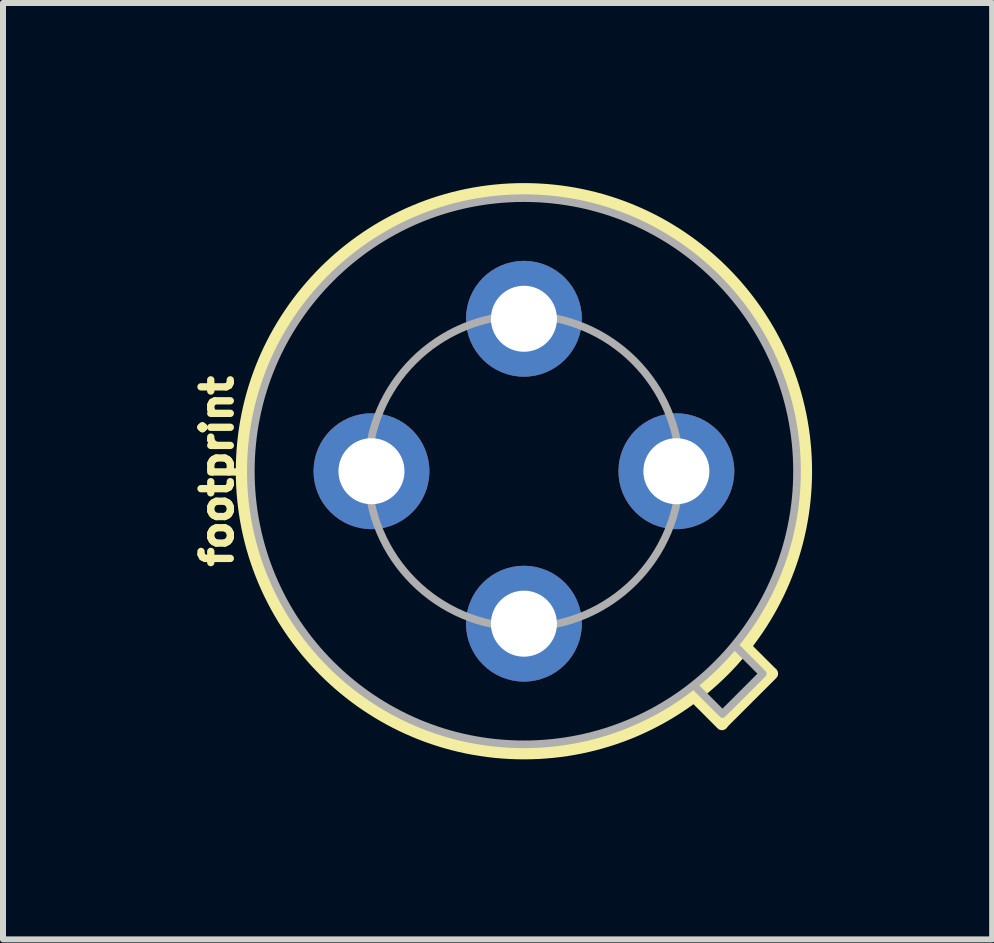
<source format=kicad_pcb>
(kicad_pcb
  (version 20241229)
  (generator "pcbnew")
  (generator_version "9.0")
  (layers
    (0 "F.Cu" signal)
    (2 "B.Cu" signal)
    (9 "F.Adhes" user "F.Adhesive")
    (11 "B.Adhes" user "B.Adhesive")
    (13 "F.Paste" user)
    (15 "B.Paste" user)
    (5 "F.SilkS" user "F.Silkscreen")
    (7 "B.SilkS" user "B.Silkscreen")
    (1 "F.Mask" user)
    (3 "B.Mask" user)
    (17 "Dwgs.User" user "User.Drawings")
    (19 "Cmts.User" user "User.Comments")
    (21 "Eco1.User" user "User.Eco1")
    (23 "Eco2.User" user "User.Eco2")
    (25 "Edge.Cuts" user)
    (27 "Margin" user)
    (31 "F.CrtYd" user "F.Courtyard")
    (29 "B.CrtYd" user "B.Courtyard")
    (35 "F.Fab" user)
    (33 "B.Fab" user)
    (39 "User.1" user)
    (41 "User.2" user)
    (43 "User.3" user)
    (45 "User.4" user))
  (footprint "footprint"
    (layer "F.Cu")
    (at 5.679 4.801)
    (property "Reference" "footprint" (at -4.826 0 90) (layer "F.SilkS") (effects (font (size 0.488 0.488) (thickness 0.122)) (justify bottom)))
    (fp_circle (center -2.54 0) (end -2.032 0) (stroke (width 1.016) (type solid)) (fill yes) (layer "B.Mask"))
    (fp_circle (center 0 -2.54) (end 0.508 -2.54) (stroke (width 1.016) (type solid)) (fill yes) (layer "B.Mask"))
    (fp_circle (center 0 2.54) (end 0.508 2.54) (stroke (width 1.016) (type solid)) (fill yes) (layer "B.Mask"))
    (fp_circle (center 2.54 0) (end 3.048 0) (stroke (width 1.016) (type solid)) (fill yes) (layer "B.Mask"))
    (fp_line (start 2.849 3.763) (end 3.299 4.213) (stroke (width 0.203) (type solid)) (layer "F.SilkS"))
    (fp_line (start 3.699 2.939) (end 4.123 3.363) (stroke (width 0.203) (type solid)) (layer "F.SilkS"))
    (fp_line (start 4.133 3.373) (end 3.308 4.197) (stroke (width 0.203) (type solid)) (layer "F.SilkS"))
    (fp_circle (center 0 0) (end 4.699 0) (stroke (width 0.203) (type solid)) (fill no) (layer "F.SilkS"))
    (fp_line (start 2.849 3.585) (end 3.273 4.01) (stroke (width 0.127) (type solid)) (layer "F.Fab"))
    (fp_line (start 3.521 2.914) (end 3.945 3.338) (stroke (width 0.127) (type solid)) (layer "F.Fab"))
    (fp_line (start 3.98 3.373) (end 3.308 4.045) (stroke (width 0.127) (type solid)) (layer "F.Fab"))
    (fp_circle (center 0 0) (end 2.6 0) (stroke (width 0.127) (type solid)) (fill no) (layer "F.Fab"))
    (fp_circle (center 0 0) (end 4.55 0) (stroke (width 0.127) (type solid)) (fill no) (layer "F.Fab"))
    (pad "1" thru_hole circle (at 2.54 0) (size 1.93 1.93) (drill 1.1) (layers "*.Cu"))
    (pad "2" thru_hole circle (at 0 -2.54) (size 1.93 1.93) (drill 1.1) (layers "*.Cu"))
    (pad "3" thru_hole circle (at -2.54 0) (size 1.93 1.93) (drill 1.1) (layers "*.Cu"))
    (pad "4" thru_hole circle (at 0 2.54) (size 1.93 1.93) (drill 1.1) (layers "*.Cu")))
  (gr_rect
    (start -3 -3)
    (end 13.48 12.601)
    (stroke (width 0.1) (type default))
    (fill no)
    (layer "Edge.Cuts")))
</source>
